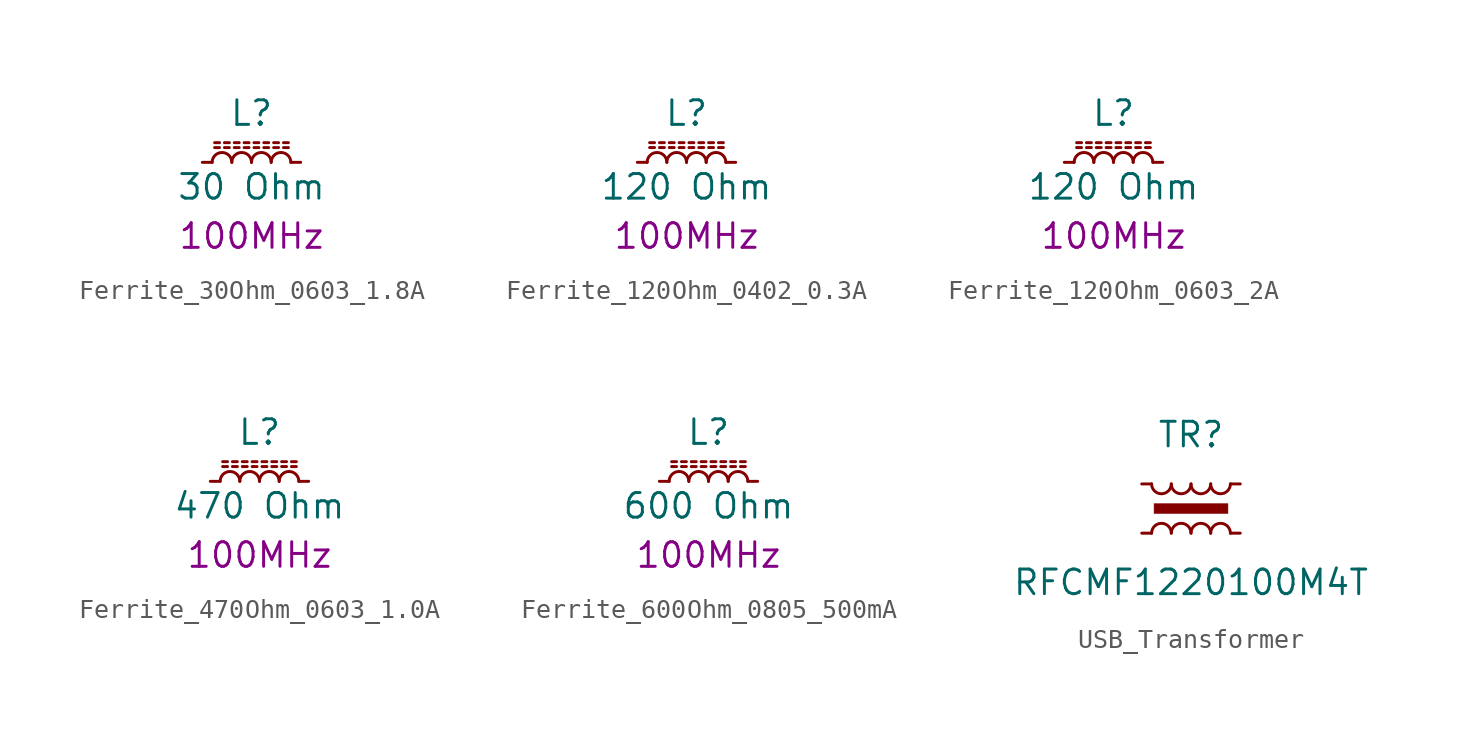
<source format=kicad_sym>
(kicad_symbol_lib
  (version 20241209)
  (generator "kicad_symbol_editor")
  (generator_version "9.0")
  (symbol "Ferrite_30Ohm_0603_1.8A"
    (pin_numbers
      (hide yes))
    (pin_names
      (offset 1.016)
      (hide yes))
    (property "Reference" "L"
      (at 0 2.54 0)
      (effects (font (size 1.27 1.27))))
    (property "Value" "30 Ohm"
      (at 0 -1.27 0)
      (effects (font (size 1.27 1.27))))
    (property "Frequency" "100MHz"
      (at 0 -3.81 0)
      (effects (font (size 1.27 1.27))))
    (symbol "Ferrite_30Ohm_0603_1.8A_0_1"
      (polyline (pts (xy -1.905 1.016) (xy -1.651 1.016)) (stroke (width 0) (type default)) (fill (type none)))
      (polyline (pts (xy -1.651 0.762) (xy -1.905 0.762)) (stroke (width 0) (type default)) (fill (type none)))
      (arc (start -2.032 0) (mid -1.524 0.5058) (end -1.016 0) (stroke (width 0) (type default)) (fill (type none)))
      (polyline (pts (xy -1.397 1.016) (xy -1.143 1.016)) (stroke (width 0) (type default)) (fill (type none)))
      (polyline (pts (xy -1.143 0.762) (xy -1.397 0.762)) (stroke (width 0) (type default)) (fill (type none)))
      (polyline (pts (xy -0.889 1.016) (xy -0.635 1.016)) (stroke (width 0) (type default)) (fill (type none)))
      (polyline (pts (xy -0.635 0.762) (xy -0.889 0.762)) (stroke (width 0) (type default)) (fill (type none)))
      (arc (start -1.016 0) (mid -0.508 0.5058) (end 0 0) (stroke (width 0) (type default)) (fill (type none)))
      (polyline (pts (xy -0.381 1.016) (xy -0.127 1.016)) (stroke (width 0) (type default)) (fill (type none)))
      (polyline (pts (xy -0.127 0.762) (xy -0.381 0.762)) (stroke (width 0) (type default)) (fill (type none)))
      (polyline (pts (xy 0.127 1.016) (xy 0.381 1.016)) (stroke (width 0) (type default)) (fill (type none)))
      (polyline (pts (xy 0.381 0.762) (xy 0.127 0.762)) (stroke (width 0) (type default)) (fill (type none)))
      (arc (start 0 0) (mid 0.508 0.5058) (end 1.016 0) (stroke (width 0) (type default)) (fill (type none)))
      (polyline (pts (xy 0.635 1.016) (xy 0.889 1.016)) (stroke (width 0) (type default)) (fill (type none)))
      (polyline (pts (xy 0.889 0.762) (xy 0.635 0.762)) (stroke (width 0) (type default)) (fill (type none)))
      (polyline (pts (xy 1.143 1.016) (xy 1.397 1.016)) (stroke (width 0) (type default)) (fill (type none)))
      (polyline (pts (xy 1.397 0.762) (xy 1.143 0.762)) (stroke (width 0) (type default)) (fill (type none)))
      (arc (start 1.016 0) (mid 1.524 0.5058) (end 2.032 0) (stroke (width 0) (type default)) (fill (type none)))
      (polyline (pts (xy 1.651 1.016) (xy 1.905 1.016)) (stroke (width 0) (type default)) (fill (type none)))
      (polyline (pts (xy 1.905 0.762) (xy 1.651 0.762)) (stroke (width 0) (type default)) (fill (type none))))
    (symbol "Ferrite_30Ohm_0603_1.8A_1_1"
      (pin passive line (at -2.54 0 0) (length 0.508) (name "~" (effects (font (size 1.27 1.27)))) (number "1" (effects (font (size 1.27 1.27)))))
      (pin passive line (at 2.54 0 180) (length 0.508) (name "~" (effects (font (size 1.27 1.27)))) (number "2" (effects (font (size 1.27 1.27)))))))
  (symbol "Ferrite_120Ohm_0402_0.3A"
    (pin_numbers
      (hide yes))
    (pin_names
      (offset 1.016)
      (hide yes))
    (property "Reference" "L"
      (at 0 2.54 0)
      (effects (font (size 1.27 1.27))))
    (property "Value" "120 Ohm"
      (at 0 -1.27 0)
      (effects (font (size 1.27 1.27))))
    (property "Frequency" "100MHz"
      (at 0 -3.81 0)
      (effects (font (size 1.27 1.27))))
    (symbol "Ferrite_120Ohm_0402_0.3A_0_1"
      (polyline (pts (xy -1.905 1.016) (xy -1.651 1.016)) (stroke (width 0) (type default)) (fill (type none)))
      (polyline (pts (xy -1.651 0.762) (xy -1.905 0.762)) (stroke (width 0) (type default)) (fill (type none)))
      (arc (start -2.032 0) (mid -1.524 0.5058) (end -1.016 0) (stroke (width 0) (type default)) (fill (type none)))
      (polyline (pts (xy -1.397 1.016) (xy -1.143 1.016)) (stroke (width 0) (type default)) (fill (type none)))
      (polyline (pts (xy -1.143 0.762) (xy -1.397 0.762)) (stroke (width 0) (type default)) (fill (type none)))
      (polyline (pts (xy -0.889 1.016) (xy -0.635 1.016)) (stroke (width 0) (type default)) (fill (type none)))
      (polyline (pts (xy -0.635 0.762) (xy -0.889 0.762)) (stroke (width 0) (type default)) (fill (type none)))
      (arc (start -1.016 0) (mid -0.508 0.5058) (end 0 0) (stroke (width 0) (type default)) (fill (type none)))
      (polyline (pts (xy -0.381 1.016) (xy -0.127 1.016)) (stroke (width 0) (type default)) (fill (type none)))
      (polyline (pts (xy -0.127 0.762) (xy -0.381 0.762)) (stroke (width 0) (type default)) (fill (type none)))
      (polyline (pts (xy 0.127 1.016) (xy 0.381 1.016)) (stroke (width 0) (type default)) (fill (type none)))
      (polyline (pts (xy 0.381 0.762) (xy 0.127 0.762)) (stroke (width 0) (type default)) (fill (type none)))
      (arc (start 0 0) (mid 0.508 0.5058) (end 1.016 0) (stroke (width 0) (type default)) (fill (type none)))
      (polyline (pts (xy 0.635 1.016) (xy 0.889 1.016)) (stroke (width 0) (type default)) (fill (type none)))
      (polyline (pts (xy 0.889 0.762) (xy 0.635 0.762)) (stroke (width 0) (type default)) (fill (type none)))
      (polyline (pts (xy 1.143 1.016) (xy 1.397 1.016)) (stroke (width 0) (type default)) (fill (type none)))
      (polyline (pts (xy 1.397 0.762) (xy 1.143 0.762)) (stroke (width 0) (type default)) (fill (type none)))
      (arc (start 1.016 0) (mid 1.524 0.5058) (end 2.032 0) (stroke (width 0) (type default)) (fill (type none)))
      (polyline (pts (xy 1.651 1.016) (xy 1.905 1.016)) (stroke (width 0) (type default)) (fill (type none)))
      (polyline (pts (xy 1.905 0.762) (xy 1.651 0.762)) (stroke (width 0) (type default)) (fill (type none))))
    (symbol "Ferrite_120Ohm_0402_0.3A_1_1"
      (pin passive line (at -2.54 0 0) (length 0.508) (name "~" (effects (font (size 1.27 1.27)))) (number "1" (effects (font (size 1.27 1.27)))))
      (pin passive line (at 2.54 0 180) (length 0.508) (name "~" (effects (font (size 1.27 1.27)))) (number "2" (effects (font (size 1.27 1.27)))))))
  (symbol "Ferrite_120Ohm_0603_2A"
    (pin_numbers
      (hide yes))
    (pin_names
      (offset 1.016)
      (hide yes))
    (property "Reference" "L"
      (at 0 2.54 0)
      (effects (font (size 1.27 1.27))))
    (property "Value" "120 Ohm"
      (at 0 -1.27 0)
      (effects (font (size 1.27 1.27))))
    (property "Frequency" "100MHz"
      (at 0 -3.81 0)
      (effects (font (size 1.27 1.27))))
    (symbol "Ferrite_120Ohm_0603_2A_0_1"
      (polyline (pts (xy -1.905 1.016) (xy -1.651 1.016)) (stroke (width 0) (type default)) (fill (type none)))
      (polyline (pts (xy -1.651 0.762) (xy -1.905 0.762)) (stroke (width 0) (type default)) (fill (type none)))
      (arc (start -2.032 0) (mid -1.524 0.5058) (end -1.016 0) (stroke (width 0) (type default)) (fill (type none)))
      (polyline (pts (xy -1.397 1.016) (xy -1.143 1.016)) (stroke (width 0) (type default)) (fill (type none)))
      (polyline (pts (xy -1.143 0.762) (xy -1.397 0.762)) (stroke (width 0) (type default)) (fill (type none)))
      (polyline (pts (xy -0.889 1.016) (xy -0.635 1.016)) (stroke (width 0) (type default)) (fill (type none)))
      (polyline (pts (xy -0.635 0.762) (xy -0.889 0.762)) (stroke (width 0) (type default)) (fill (type none)))
      (arc (start -1.016 0) (mid -0.508 0.5058) (end 0 0) (stroke (width 0) (type default)) (fill (type none)))
      (polyline (pts (xy -0.381 1.016) (xy -0.127 1.016)) (stroke (width 0) (type default)) (fill (type none)))
      (polyline (pts (xy -0.127 0.762) (xy -0.381 0.762)) (stroke (width 0) (type default)) (fill (type none)))
      (polyline (pts (xy 0.127 1.016) (xy 0.381 1.016)) (stroke (width 0) (type default)) (fill (type none)))
      (polyline (pts (xy 0.381 0.762) (xy 0.127 0.762)) (stroke (width 0) (type default)) (fill (type none)))
      (arc (start 0 0) (mid 0.508 0.5058) (end 1.016 0) (stroke (width 0) (type default)) (fill (type none)))
      (polyline (pts (xy 0.635 1.016) (xy 0.889 1.016)) (stroke (width 0) (type default)) (fill (type none)))
      (polyline (pts (xy 0.889 0.762) (xy 0.635 0.762)) (stroke (width 0) (type default)) (fill (type none)))
      (polyline (pts (xy 1.143 1.016) (xy 1.397 1.016)) (stroke (width 0) (type default)) (fill (type none)))
      (polyline (pts (xy 1.397 0.762) (xy 1.143 0.762)) (stroke (width 0) (type default)) (fill (type none)))
      (arc (start 1.016 0) (mid 1.524 0.5058) (end 2.032 0) (stroke (width 0) (type default)) (fill (type none)))
      (polyline (pts (xy 1.651 1.016) (xy 1.905 1.016)) (stroke (width 0) (type default)) (fill (type none)))
      (polyline (pts (xy 1.905 0.762) (xy 1.651 0.762)) (stroke (width 0) (type default)) (fill (type none))))
    (symbol "Ferrite_120Ohm_0603_2A_1_1"
      (pin passive line (at -2.54 0 0) (length 0.508) (name "~" (effects (font (size 1.27 1.27)))) (number "1" (effects (font (size 1.27 1.27)))))
      (pin passive line (at 2.54 0 180) (length 0.508) (name "~" (effects (font (size 1.27 1.27)))) (number "2" (effects (font (size 1.27 1.27)))))))
  (symbol "Ferrite_470Ohm_0603_1.0A"
    (pin_numbers
      (hide yes))
    (pin_names
      (offset 1.016)
      (hide yes))
    (property "Reference" "L"
      (at 0 2.54 0)
      (effects (font (size 1.27 1.27))))
    (property "Value" "470 Ohm"
      (at 0 -1.27 0)
      (effects (font (size 1.27 1.27))))
    (property "Frequency" "100MHz"
      (at 0 -3.81 0)
      (effects (font (size 1.27 1.27))))
    (symbol "Ferrite_470Ohm_0603_1.0A_0_1"
      (polyline (pts (xy -1.905 1.016) (xy -1.651 1.016)) (stroke (width 0) (type default)) (fill (type none)))
      (polyline (pts (xy -1.651 0.762) (xy -1.905 0.762)) (stroke (width 0) (type default)) (fill (type none)))
      (arc (start -2.032 0) (mid -1.524 0.5058) (end -1.016 0) (stroke (width 0) (type default)) (fill (type none)))
      (polyline (pts (xy -1.397 1.016) (xy -1.143 1.016)) (stroke (width 0) (type default)) (fill (type none)))
      (polyline (pts (xy -1.143 0.762) (xy -1.397 0.762)) (stroke (width 0) (type default)) (fill (type none)))
      (polyline (pts (xy -0.889 1.016) (xy -0.635 1.016)) (stroke (width 0) (type default)) (fill (type none)))
      (polyline (pts (xy -0.635 0.762) (xy -0.889 0.762)) (stroke (width 0) (type default)) (fill (type none)))
      (arc (start -1.016 0) (mid -0.508 0.5058) (end 0 0) (stroke (width 0) (type default)) (fill (type none)))
      (polyline (pts (xy -0.381 1.016) (xy -0.127 1.016)) (stroke (width 0) (type default)) (fill (type none)))
      (polyline (pts (xy -0.127 0.762) (xy -0.381 0.762)) (stroke (width 0) (type default)) (fill (type none)))
      (polyline (pts (xy 0.127 1.016) (xy 0.381 1.016)) (stroke (width 0) (type default)) (fill (type none)))
      (polyline (pts (xy 0.381 0.762) (xy 0.127 0.762)) (stroke (width 0) (type default)) (fill (type none)))
      (arc (start 0 0) (mid 0.508 0.5058) (end 1.016 0) (stroke (width 0) (type default)) (fill (type none)))
      (polyline (pts (xy 0.635 1.016) (xy 0.889 1.016)) (stroke (width 0) (type default)) (fill (type none)))
      (polyline (pts (xy 0.889 0.762) (xy 0.635 0.762)) (stroke (width 0) (type default)) (fill (type none)))
      (polyline (pts (xy 1.143 1.016) (xy 1.397 1.016)) (stroke (width 0) (type default)) (fill (type none)))
      (polyline (pts (xy 1.397 0.762) (xy 1.143 0.762)) (stroke (width 0) (type default)) (fill (type none)))
      (arc (start 1.016 0) (mid 1.524 0.5058) (end 2.032 0) (stroke (width 0) (type default)) (fill (type none)))
      (polyline (pts (xy 1.651 1.016) (xy 1.905 1.016)) (stroke (width 0) (type default)) (fill (type none)))
      (polyline (pts (xy 1.905 0.762) (xy 1.651 0.762)) (stroke (width 0) (type default)) (fill (type none))))
    (symbol "Ferrite_470Ohm_0603_1.0A_1_1"
      (pin passive line (at -2.54 0 0) (length 0.508) (name "~" (effects (font (size 1.27 1.27)))) (number "1" (effects (font (size 1.27 1.27)))))
      (pin passive line (at 2.54 0 180) (length 0.508) (name "~" (effects (font (size 1.27 1.27)))) (number "2" (effects (font (size 1.27 1.27)))))))
  (symbol "Ferrite_600Ohm_0805_500mA"
    (pin_numbers
      (hide yes))
    (pin_names
      (offset 1.016)
      (hide yes))
    (property "Reference" "L"
      (at 0 2.54 0)
      (effects (font (size 1.27 1.27))))
    (property "Value" "600 Ohm"
      (at 0 -1.27 0)
      (effects (font (size 1.27 1.27))))
    (property "Frequency" "100MHz"
      (at 0 -3.81 0)
      (effects (font (size 1.27 1.27))))
    (symbol "Ferrite_600Ohm_0805_500mA_0_1"
      (polyline (pts (xy -1.905 1.016) (xy -1.651 1.016)) (stroke (width 0) (type default)) (fill (type none)))
      (polyline (pts (xy -1.651 0.762) (xy -1.905 0.762)) (stroke (width 0) (type default)) (fill (type none)))
      (arc (start -2.032 0) (mid -1.524 0.5058) (end -1.016 0) (stroke (width 0) (type default)) (fill (type none)))
      (polyline (pts (xy -1.397 1.016) (xy -1.143 1.016)) (stroke (width 0) (type default)) (fill (type none)))
      (polyline (pts (xy -1.143 0.762) (xy -1.397 0.762)) (stroke (width 0) (type default)) (fill (type none)))
      (polyline (pts (xy -0.889 1.016) (xy -0.635 1.016)) (stroke (width 0) (type default)) (fill (type none)))
      (polyline (pts (xy -0.635 0.762) (xy -0.889 0.762)) (stroke (width 0) (type default)) (fill (type none)))
      (arc (start -1.016 0) (mid -0.508 0.5058) (end 0 0) (stroke (width 0) (type default)) (fill (type none)))
      (polyline (pts (xy -0.381 1.016) (xy -0.127 1.016)) (stroke (width 0) (type default)) (fill (type none)))
      (polyline (pts (xy -0.127 0.762) (xy -0.381 0.762)) (stroke (width 0) (type default)) (fill (type none)))
      (polyline (pts (xy 0.127 1.016) (xy 0.381 1.016)) (stroke (width 0) (type default)) (fill (type none)))
      (polyline (pts (xy 0.381 0.762) (xy 0.127 0.762)) (stroke (width 0) (type default)) (fill (type none)))
      (arc (start 0 0) (mid 0.508 0.5058) (end 1.016 0) (stroke (width 0) (type default)) (fill (type none)))
      (polyline (pts (xy 0.635 1.016) (xy 0.889 1.016)) (stroke (width 0) (type default)) (fill (type none)))
      (polyline (pts (xy 0.889 0.762) (xy 0.635 0.762)) (stroke (width 0) (type default)) (fill (type none)))
      (polyline (pts (xy 1.143 1.016) (xy 1.397 1.016)) (stroke (width 0) (type default)) (fill (type none)))
      (polyline (pts (xy 1.397 0.762) (xy 1.143 0.762)) (stroke (width 0) (type default)) (fill (type none)))
      (arc (start 1.016 0) (mid 1.524 0.5058) (end 2.032 0) (stroke (width 0) (type default)) (fill (type none)))
      (polyline (pts (xy 1.651 1.016) (xy 1.905 1.016)) (stroke (width 0) (type default)) (fill (type none)))
      (polyline (pts (xy 1.905 0.762) (xy 1.651 0.762)) (stroke (width 0) (type default)) (fill (type none))))
    (symbol "Ferrite_600Ohm_0805_500mA_1_1"
      (pin passive line (at -2.54 0 0) (length 0.508) (name "~" (effects (font (size 1.27 1.27)))) (number "1" (effects (font (size 1.27 1.27)))))
      (pin passive line (at 2.54 0 180) (length 0.508) (name "~" (effects (font (size 1.27 1.27)))) (number "2" (effects (font (size 1.27 1.27)))))))
  (symbol "USB_Transformer"
    (pin_numbers
      (hide yes))
    (pin_names
      (offset 0))
    (property "Reference" "TR"
      (at 0 3.81 0)
      (effects (font (size 1.27 1.27))))
    (property "Value" "RFCMF1220100M4T"
      (at 0 -3.81 0)
      (effects (font (size 1.27 1.27))))
    (symbol "USB_Transformer_0_1"
      (rectangle (start -1.905 0.254) (end 1.905 -0.254) (stroke (width 0.025) (type default)) (fill (type outline)))
      (arc (start -1.016 1.27) (mid -1.524 0.7642) (end -2.032 1.27) (stroke (width 0) (type default)) (fill (type none)))
      (arc (start -2.032 -1.27) (mid -1.524 -0.7642) (end -1.016 -1.27) (stroke (width 0) (type default)) (fill (type none)))
      (arc (start 0 1.27) (mid -0.508 0.7642) (end -1.016 1.27) (stroke (width 0) (type default)) (fill (type none)))
      (arc (start -1.016 -1.27) (mid -0.508 -0.7642) (end 0 -1.27) (stroke (width 0) (type default)) (fill (type none)))
      (arc (start 1.016 1.27) (mid 0.508 0.7642) (end 0 1.27) (stroke (width 0) (type default)) (fill (type none)))
      (arc (start 0 -1.27) (mid 0.508 -0.7642) (end 1.016 -1.27) (stroke (width 0) (type default)) (fill (type none)))
      (arc (start 2.032 1.27) (mid 1.524 0.7642) (end 1.016 1.27) (stroke (width 0) (type default)) (fill (type none)))
      (arc (start 1.016 -1.27) (mid 1.524 -0.7642) (end 2.032 -1.27) (stroke (width 0) (type default)) (fill (type none))))
    (symbol "USB_Transformer_1_1"
      (pin passive line (at -2.54 1.27 0) (length 0.508) (name "~" (effects (font (size 1.27 1.27)))) (number "1" (effects (font (size 1.27 1.27)))))
      (pin passive line (at -2.54 -1.27 0) (length 0.508) (name "~" (effects (font (size 1.27 1.27)))) (number "3" (effects (font (size 1.27 1.27)))))
      (pin passive line (at 2.54 1.27 180) (length 0.508) (name "~" (effects (font (size 1.27 1.27)))) (number "2" (effects (font (size 1.27 1.27)))))
      (pin passive line (at 2.54 -1.27 180) (length 0.508) (name "~" (effects (font (size 1.27 1.27)))) (number "4" (effects (font (size 1.27 1.27))))))))
</source>
